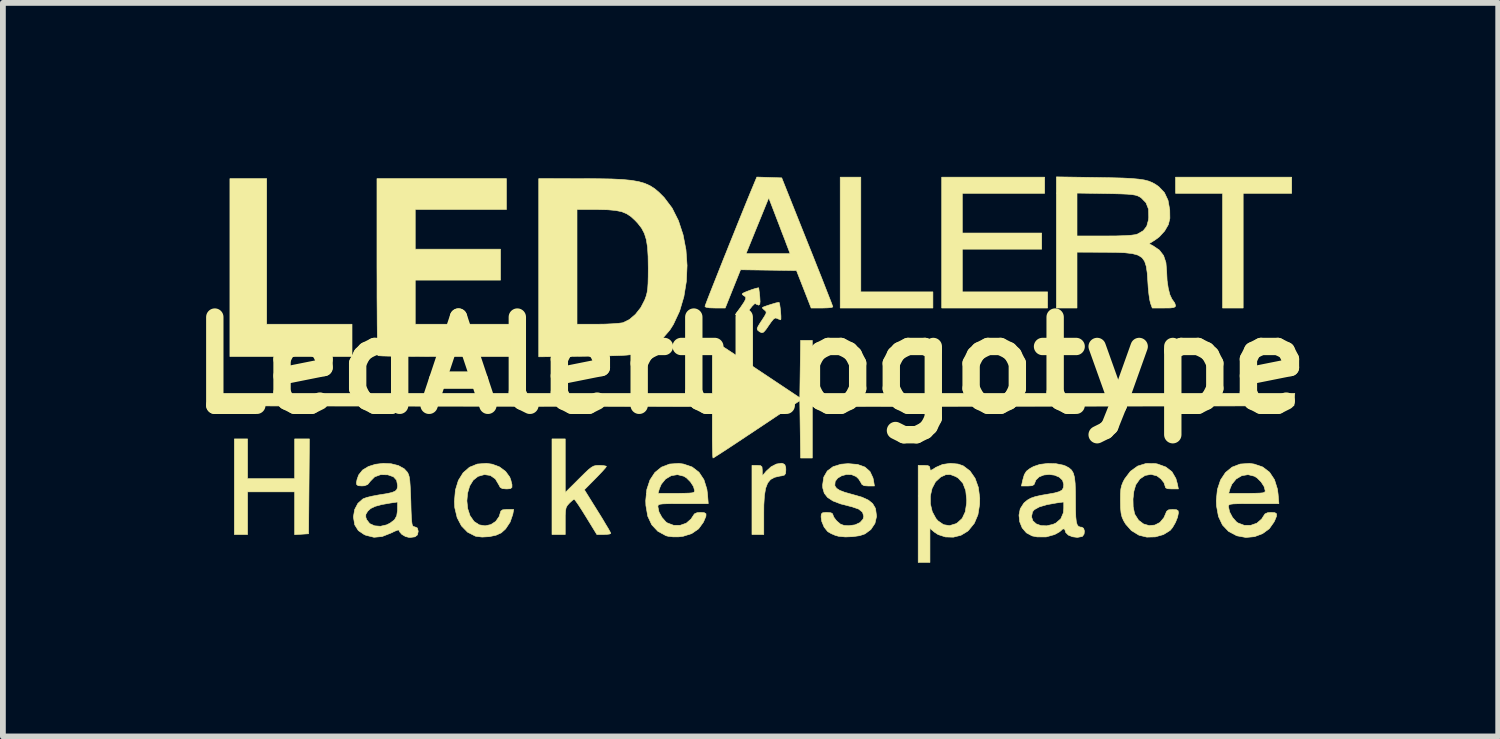
<source format=kicad_pcb>
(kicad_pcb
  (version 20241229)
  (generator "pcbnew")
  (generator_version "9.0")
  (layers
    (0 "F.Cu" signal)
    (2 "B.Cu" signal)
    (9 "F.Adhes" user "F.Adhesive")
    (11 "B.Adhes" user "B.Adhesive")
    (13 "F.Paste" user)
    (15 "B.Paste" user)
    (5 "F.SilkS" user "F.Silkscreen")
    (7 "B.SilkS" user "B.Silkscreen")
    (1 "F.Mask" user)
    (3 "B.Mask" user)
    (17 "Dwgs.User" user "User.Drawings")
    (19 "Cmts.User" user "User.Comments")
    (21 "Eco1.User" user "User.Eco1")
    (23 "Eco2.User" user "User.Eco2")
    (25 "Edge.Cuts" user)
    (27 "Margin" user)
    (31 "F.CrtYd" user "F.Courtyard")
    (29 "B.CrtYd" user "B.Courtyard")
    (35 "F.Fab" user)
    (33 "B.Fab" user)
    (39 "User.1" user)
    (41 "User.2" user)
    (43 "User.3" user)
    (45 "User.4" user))
  (footprint "LedAlertLogotype"
    (layer "F.Cu")
    (at 9.913 3.261)
    (property "Reference" "LedAlertLogotype" (at 0 0 0) (layer "F.SilkS") (effects (font (size 1.524 1.524) (thickness 0.3))))
    (attr through_hole)
    (fp_poly (pts (xy -8.357 -0.711) (xy -6.883 -0.711) (xy -6.883 -0.152) (xy -8.992 -0.152) (xy -8.992 -3.226) (xy -8.357 -3.226) (xy -8.357 -0.711)) (stroke (width 0.01) (type solid)) (fill yes) (layer "F.SilkS"))
    (fp_poly (pts (xy 1.905 -1.27) (xy 3.15 -1.27) (xy 3.15 -0.991) (xy 1.549 -0.991) (xy 1.549 -3.251) (xy 1.905 -3.251) (xy 1.905 -1.27)) (stroke (width 0.01) (type solid)) (fill yes) (layer "F.SilkS"))
    (fp_poly (pts (xy 9.347 -2.972) (xy 8.509 -2.972) (xy 8.509 -0.991) (xy 8.153 -0.991) (xy 8.153 -2.972) (xy 7.341 -2.972) (xy 7.341 -3.251) (xy 9.347 -3.251) (xy 9.347 -2.972)) (stroke (width 0.01) (type solid)) (fill yes) (layer "F.SilkS"))
    (fp_poly (pts (xy 5.08 -2.972) (xy 3.658 -2.972) (xy 3.658 -2.286) (xy 5.029 -2.286) (xy 5.029 -2.007) (xy 3.658 -2.007) (xy 3.658 -1.27) (xy 5.131 -1.27) (xy 5.131 -0.991) (xy 3.302 -0.991) (xy 3.302 -3.251) (xy 5.08 -3.251) (xy 5.08 -2.972)) (stroke (width 0.01) (type solid)) (fill yes) (layer "F.SilkS"))
    (fp_poly (pts (xy -8.687 1.956) (xy -7.874 1.956) (xy -7.874 1.27) (xy -7.619 1.27) (xy -7.626 2.089) (xy -7.633 2.908) (xy -7.753 2.916) (xy -7.874 2.924) (xy -7.874 2.184) (xy -8.687 2.184) (xy -8.687 2.921) (xy -8.915 2.921) (xy -8.915 1.27) (xy -8.687 1.27) (xy -8.687 1.956)) (stroke (width 0.01) (type solid)) (fill yes) (layer "F.SilkS"))
    (fp_poly (pts (xy 0.555 1.693) (xy 0.592 1.714) (xy 0.608 1.76) (xy 0.61 1.803) (xy 0.606 1.864) (xy 0.587 1.894) (xy 0.537 1.908) (xy 0.506 1.912) (xy 0.416 1.933) (xy 0.346 1.971) (xy 0.296 2.032) (xy 0.261 2.122) (xy 0.24 2.248) (xy 0.23 2.413) (xy 0.229 2.552) (xy 0.229 2.921) (xy 0.025 2.921) (xy 0.025 1.727) (xy 0.114 1.727) (xy 0.173 1.731) (xy 0.198 1.753) (xy 0.203 1.808) (xy 0.203 1.818) (xy 0.203 1.909) (xy 0.272 1.827) (xy 0.354 1.752) (xy 0.446 1.704) (xy 0.532 1.69) (xy 0.555 1.693)) (stroke (width 0.01) (type solid)) (fill yes) (layer "F.SilkS"))
    (fp_poly (pts (xy -4.216 -2.692) (xy -5.791 -2.692) (xy -5.791 -2.007) (xy -4.318 -2.007) (xy -4.318 -1.473) (xy -5.791 -1.473) (xy -5.791 -0.711) (xy -4.14 -0.711) (xy -4.14 -0.152) (xy -5.279 -0.152) (xy -5.515 -0.153) (xy -5.735 -0.154) (xy -5.934 -0.155) (xy -6.107 -0.158) (xy -6.249 -0.16) (xy -6.354 -0.163) (xy -6.417 -0.167) (xy -6.435 -0.169) (xy -6.438 -0.197) (xy -6.441 -0.271) (xy -6.443 -0.387) (xy -6.446 -0.541) (xy -6.448 -0.727) (xy -6.449 -0.942) (xy -6.451 -1.181) (xy -6.451 -1.439) (xy -6.452 -1.706) (xy -6.452 -3.226) (xy -4.216 -3.226) (xy -4.216 -2.692)) (stroke (width 0.01) (type solid)) (fill yes) (layer "F.SilkS"))
    (fp_poly (pts (xy 0.141 -1.34) (xy 0.145 -1.313) (xy 0.153 -1.251) (xy 0.16 -1.187) (xy 0.165 -1.102) (xy 0.16 -1.056) (xy 0.143 -1.042) (xy 0.139 -1.041) (xy 0.096 -1.058) (xy 0.088 -1.068) (xy 0.067 -1.062) (xy 0.027 -1.022) (xy -0.025 -0.956) (xy -0.031 -0.947) (xy -0.082 -0.874) (xy -0.121 -0.819) (xy -0.139 -0.793) (xy -0.139 -0.793) (xy -0.161 -0.802) (xy -0.203 -0.833) (xy -0.261 -0.88) (xy -0.168 -1.008) (xy -0.111 -1.093) (xy -0.083 -1.147) (xy -0.084 -1.181) (xy -0.11 -1.201) (xy -0.119 -1.205) (xy -0.144 -1.227) (xy -0.138 -1.242) (xy -0.105 -1.26) (xy -0.045 -1.284) (xy 0.025 -1.31) (xy 0.09 -1.33) (xy 0.133 -1.34) (xy 0.141 -1.34)) (stroke (width 0.01) (type solid)) (fill yes) (layer "F.SilkS"))
    (fp_poly (pts (xy 0.503 -1.058) (xy 0.512 -0.997) (xy 0.52 -0.923) (xy 0.525 -0.852) (xy 0.525 -0.802) (xy 0.521 -0.787) (xy 0.488 -0.798) (xy 0.459 -0.812) (xy 0.429 -0.819) (xy 0.398 -0.801) (xy 0.357 -0.751) (xy 0.32 -0.698) (xy 0.265 -0.618) (xy 0.227 -0.575) (xy 0.196 -0.564) (xy 0.162 -0.578) (xy 0.141 -0.593) (xy 0.119 -0.613) (xy 0.115 -0.638) (xy 0.133 -0.679) (xy 0.175 -0.747) (xy 0.193 -0.773) (xy 0.243 -0.851) (xy 0.268 -0.898) (xy 0.27 -0.926) (xy 0.253 -0.947) (xy 0.242 -0.955) (xy 0.209 -0.985) (xy 0.205 -1) (xy 0.236 -1.014) (xy 0.296 -1.035) (xy 0.368 -1.058) (xy 0.435 -1.078) (xy 0.482 -1.088) (xy 0.494 -1.088) (xy 0.503 -1.058)) (stroke (width 0.01) (type solid)) (fill yes) (layer "F.SilkS"))
    (fp_poly (pts (xy -3.2 2.196) (xy -2.965 1.962) (xy -2.868 1.866) (xy -2.799 1.801) (xy -2.747 1.76) (xy -2.706 1.738) (xy -2.665 1.729) (xy -2.616 1.727) (xy -2.609 1.727) (xy -2.539 1.731) (xy -2.496 1.74) (xy -2.489 1.746) (xy -2.506 1.77) (xy -2.552 1.822) (xy -2.619 1.893) (xy -2.68 1.956) (xy -2.87 2.148) (xy -2.642 2.514) (xy -2.566 2.636) (xy -2.502 2.744) (xy -2.451 2.828) (xy -2.421 2.884) (xy -2.413 2.901) (xy -2.436 2.913) (xy -2.494 2.92) (xy -2.534 2.921) (xy -2.654 2.921) (xy -2.841 2.616) (xy -2.909 2.507) (xy -2.969 2.414) (xy -3.015 2.348) (xy -3.042 2.314) (xy -3.045 2.311) (xy -3.073 2.328) (xy -3.119 2.37) (xy -3.132 2.383) (xy -3.165 2.42) (xy -3.185 2.458) (xy -3.195 2.51) (xy -3.2 2.589) (xy -3.2 2.687) (xy -3.2 2.921) (xy -3.429 2.921) (xy -3.429 1.27) (xy -3.2 1.27) (xy -3.2 2.196)) (stroke (width 0.01) (type solid)) (fill yes) (layer "F.SilkS"))
    (fp_poly (pts (xy 1.067 0.483) (xy 9.401 0.483) (xy 9.385 0.699) (xy 5.226 0.705) (xy 1.067 0.711) (xy 1.067 1.6) (xy 0.865 1.6) (xy 0.858 1.105) (xy 0.851 0.609) (xy 0.108 1.105) (xy -0.065 1.22) (xy -0.224 1.326) (xy -0.365 1.419) (xy -0.483 1.496) (xy -0.573 1.554) (xy -0.629 1.59) (xy -0.648 1.6) (xy -0.652 1.576) (xy -0.655 1.509) (xy -0.658 1.408) (xy -0.66 1.281) (xy -0.66 1.156) (xy -0.66 0.711) (xy -5.01 0.705) (xy -9.36 0.699) (xy -9.368 0.591) (xy -9.376 0.483) (xy -0.66 0.483) (xy -0.66 0.025) (xy -0.66 -0.121) (xy -0.658 -0.247) (xy -0.655 -0.347) (xy -0.651 -0.411) (xy -0.648 -0.432) (xy -0.624 -0.418) (xy -0.563 -0.38) (xy -0.47 -0.319) (xy -0.349 -0.24) (xy -0.206 -0.145) (xy -0.045 -0.038) (xy 0.108 0.064) (xy 0.851 0.559) (xy 0.858 0.064) (xy 0.865 -0.432) (xy 1.067 -0.432) (xy 1.067 0.483)) (stroke (width 0.01) (type solid)) (fill yes) (layer "F.SilkS"))
    (fp_poly (pts (xy -4.462 1.706) (xy -4.336 1.753) (xy -4.231 1.831) (xy -4.159 1.929) (xy -4.141 1.977) (xy -4.12 2.061) (xy -4.121 2.108) (xy -4.148 2.129) (xy -4.207 2.134) (xy -4.217 2.134) (xy -4.286 2.128) (xy -4.324 2.106) (xy -4.346 2.064) (xy -4.407 1.961) (xy -4.493 1.901) (xy -4.596 1.886) (xy -4.707 1.917) (xy -4.79 1.983) (xy -4.851 2.083) (xy -4.887 2.206) (xy -4.899 2.34) (xy -4.885 2.474) (xy -4.845 2.596) (xy -4.776 2.695) (xy -4.775 2.696) (xy -4.686 2.754) (xy -4.585 2.771) (xy -4.486 2.75) (xy -4.401 2.695) (xy -4.341 2.61) (xy -4.326 2.56) (xy -4.312 2.516) (xy -4.283 2.495) (xy -4.223 2.489) (xy -4.201 2.489) (xy -4.091 2.489) (xy -4.106 2.572) (xy -4.152 2.706) (xy -4.23 2.824) (xy -4.305 2.892) (xy -4.395 2.933) (xy -4.513 2.958) (xy -4.636 2.965) (xy -4.743 2.952) (xy -4.755 2.948) (xy -4.888 2.88) (xy -4.993 2.772) (xy -5.067 2.63) (xy -5.108 2.459) (xy -5.114 2.351) (xy -5.097 2.153) (xy -5.046 1.987) (xy -4.964 1.855) (xy -4.854 1.759) (xy -4.719 1.704) (xy -4.561 1.692) (xy -4.462 1.706)) (stroke (width 0.01) (type solid)) (fill yes) (layer "F.SilkS"))
    (fp_poly (pts (xy 3.585 1.704) (xy 3.674 1.735) (xy 3.79 1.823) (xy 3.878 1.949) (xy 3.935 2.107) (xy 3.959 2.291) (xy 3.957 2.398) (xy 3.928 2.579) (xy 3.866 2.726) (xy 3.767 2.848) (xy 3.749 2.865) (xy 3.635 2.934) (xy 3.503 2.967) (xy 3.366 2.963) (xy 3.24 2.922) (xy 3.176 2.88) (xy 3.099 2.815) (xy 3.099 3.404) (xy 2.896 3.404) (xy 2.896 2.255) (xy 3.106 2.255) (xy 3.107 2.393) (xy 3.139 2.527) (xy 3.203 2.645) (xy 3.238 2.685) (xy 3.334 2.751) (xy 3.437 2.768) (xy 3.546 2.735) (xy 3.571 2.721) (xy 3.656 2.643) (xy 3.709 2.53) (xy 3.732 2.379) (xy 3.734 2.324) (xy 3.717 2.162) (xy 3.668 2.035) (xy 3.587 1.946) (xy 3.542 1.919) (xy 3.45 1.885) (xy 3.372 1.888) (xy 3.287 1.927) (xy 3.284 1.929) (xy 3.195 2.011) (xy 3.136 2.124) (xy 3.106 2.255) (xy 2.896 2.255) (xy 2.896 1.727) (xy 2.997 1.727) (xy 3.064 1.731) (xy 3.093 1.749) (xy 3.099 1.778) (xy 3.102 1.807) (xy 3.118 1.811) (xy 3.158 1.79) (xy 3.202 1.761) (xy 3.317 1.711) (xy 3.452 1.692) (xy 3.585 1.704)) (stroke (width 0.01) (type solid)) (fill yes) (layer "F.SilkS"))
    (fp_poly (pts (xy 0.324 -3.246) (xy 0.539 -3.239) (xy 0.98 -2.134) (xy 1.07 -1.91) (xy 1.153 -1.7) (xy 1.229 -1.51) (xy 1.294 -1.343) (xy 1.348 -1.205) (xy 1.389 -1.101) (xy 1.414 -1.034) (xy 1.422 -1.01) (xy 1.399 -1.001) (xy 1.338 -0.994) (xy 1.25 -0.991) (xy 1.235 -0.991) (xy 1.047 -0.991) (xy 0.921 -1.314) (xy 0.794 -1.638) (xy 0.311 -1.645) (xy -0.172 -1.652) (xy -0.305 -1.321) (xy -0.437 -0.991) (xy -0.612 -0.991) (xy -0.709 -0.994) (xy -0.77 -1.005) (xy -0.787 -1.018) (xy -0.778 -1.045) (xy -0.752 -1.114) (xy -0.712 -1.218) (xy -0.659 -1.352) (xy -0.596 -1.511) (xy -0.526 -1.688) (xy -0.45 -1.879) (xy -0.429 -1.93) (xy -0.077 -1.93) (xy 0.684 -1.93) (xy 0.623 -2.089) (xy 0.591 -2.175) (xy 0.545 -2.293) (xy 0.494 -2.428) (xy 0.441 -2.565) (xy 0.439 -2.571) (xy 0.315 -2.894) (xy 0.153 -2.495) (xy 0.096 -2.356) (xy 0.044 -2.228) (xy 0.000411 -2.12) (xy -0.031 -2.043) (xy -0.043 -2.013) (xy -0.077 -1.93) (xy -0.429 -1.93) (xy -0.371 -2.076) (xy -0.29 -2.276) (xy -0.212 -2.471) (xy -0.137 -2.656) (xy -0.068 -2.826) (xy -0.007 -2.975) (xy 0.044 -3.097) (xy 0.053 -3.119) (xy 0.109 -3.253) (xy 0.324 -3.246)) (stroke (width 0.01) (type solid)) (fill yes) (layer "F.SilkS"))
    (fp_poly (pts (xy 6.992 1.696) (xy 7.029 1.703) (xy 7.173 1.755) (xy 7.279 1.837) (xy 7.347 1.954) (xy 7.374 2.051) (xy 7.39 2.134) (xy 7.276 2.134) (xy 7.204 2.13) (xy 7.17 2.114) (xy 7.162 2.089) (xy 7.141 2.026) (xy 7.088 1.96) (xy 7.019 1.908) (xy 7.018 1.908) (xy 6.917 1.882) (xy 6.815 1.901) (xy 6.725 1.961) (xy 6.657 2.058) (xy 6.653 2.065) (xy 6.621 2.175) (xy 6.606 2.308) (xy 6.609 2.442) (xy 6.632 2.556) (xy 6.639 2.575) (xy 6.703 2.675) (xy 6.788 2.739) (xy 6.885 2.767) (xy 6.983 2.758) (xy 7.071 2.713) (xy 7.139 2.632) (xy 7.163 2.578) (xy 7.187 2.52) (xy 7.221 2.495) (xy 7.284 2.489) (xy 7.292 2.489) (xy 7.357 2.493) (xy 7.385 2.51) (xy 7.391 2.546) (xy 7.376 2.622) (xy 7.339 2.714) (xy 7.29 2.799) (xy 7.248 2.85) (xy 7.132 2.922) (xy 6.992 2.962) (xy 6.845 2.966) (xy 6.709 2.933) (xy 6.706 2.931) (xy 6.579 2.854) (xy 6.48 2.742) (xy 6.443 2.68) (xy 6.416 2.618) (xy 6.4 2.55) (xy 6.391 2.459) (xy 6.389 2.337) (xy 6.39 2.219) (xy 6.396 2.136) (xy 6.411 2.072) (xy 6.436 2.01) (xy 6.463 1.96) (xy 6.562 1.829) (xy 6.687 1.739) (xy 6.832 1.694) (xy 6.992 1.696)) (stroke (width 0.01) (type solid)) (fill yes) (layer "F.SilkS"))
    (fp_poly (pts (xy 8.698 1.704) (xy 8.847 1.755) (xy 8.965 1.846) (xy 9.05 1.974) (xy 9.101 2.137) (xy 9.112 2.223) (xy 9.126 2.388) (xy 8.69 2.388) (xy 8.532 2.388) (xy 8.418 2.389) (xy 8.341 2.392) (xy 8.292 2.398) (xy 8.267 2.408) (xy 8.257 2.422) (xy 8.255 2.441) (xy 8.255 2.441) (xy 8.275 2.532) (xy 8.325 2.626) (xy 8.393 2.703) (xy 8.418 2.721) (xy 8.527 2.762) (xy 8.641 2.762) (xy 8.746 2.725) (xy 8.829 2.653) (xy 8.852 2.616) (xy 8.886 2.565) (xy 8.932 2.544) (xy 8.992 2.54) (xy 9.057 2.544) (xy 9.086 2.564) (xy 9.084 2.607) (xy 9.053 2.683) (xy 9.042 2.705) (xy 8.96 2.821) (xy 8.844 2.906) (xy 8.706 2.958) (xy 8.556 2.972) (xy 8.404 2.944) (xy 8.395 2.941) (xy 8.256 2.867) (xy 8.151 2.756) (xy 8.082 2.609) (xy 8.049 2.427) (xy 8.045 2.337) (xy 8.057 2.21) (xy 8.259 2.21) (xy 8.574 2.21) (xy 8.706 2.209) (xy 8.796 2.206) (xy 8.851 2.201) (xy 8.879 2.19) (xy 8.889 2.175) (xy 8.89 2.165) (xy 8.87 2.092) (xy 8.818 2.012) (xy 8.749 1.943) (xy 8.702 1.914) (xy 8.593 1.887) (xy 8.485 1.905) (xy 8.388 1.962) (xy 8.314 2.052) (xy 8.282 2.129) (xy 8.259 2.21) (xy 8.057 2.21) (xy 8.064 2.143) (xy 8.118 1.98) (xy 8.204 1.85) (xy 8.318 1.757) (xy 8.457 1.704) (xy 8.618 1.693) (xy 8.698 1.704)) (stroke (width 0.01) (type solid)) (fill yes) (layer "F.SilkS"))
    (fp_poly (pts (xy -2.902 -3.225) (xy -2.629 -3.224) (xy -2.402 -3.22) (xy -2.214 -3.211) (xy -2.058 -3.196) (xy -1.931 -3.174) (xy -1.825 -3.143) (xy -1.734 -3.102) (xy -1.654 -3.051) (xy -1.578 -2.986) (xy -1.5 -2.908) (xy -1.493 -2.901) (xy -1.354 -2.717) (xy -1.245 -2.5) (xy -1.165 -2.256) (xy -1.115 -1.996) (xy -1.096 -1.725) (xy -1.108 -1.453) (xy -1.151 -1.188) (xy -1.225 -0.937) (xy -1.332 -0.708) (xy -1.394 -0.61) (xy -1.541 -0.44) (xy -1.719 -0.308) (xy -1.905 -0.223) (xy -1.955 -0.208) (xy -2.006 -0.195) (xy -2.063 -0.186) (xy -2.134 -0.178) (xy -2.225 -0.172) (xy -2.342 -0.168) (xy -2.492 -0.164) (xy -2.681 -0.161) (xy -2.864 -0.158) (xy -3.658 -0.148) (xy -3.658 -2.692) (xy -2.997 -2.692) (xy -2.997 -0.711) (xy -2.648 -0.711) (xy -2.511 -0.713) (xy -2.383 -0.719) (xy -2.279 -0.727) (xy -2.21 -0.736) (xy -2.202 -0.738) (xy -2.094 -0.791) (xy -1.988 -0.881) (xy -1.895 -0.999) (xy -1.827 -1.13) (xy -1.803 -1.195) (xy -1.787 -1.256) (xy -1.776 -1.326) (xy -1.77 -1.415) (xy -1.767 -1.534) (xy -1.766 -1.676) (xy -1.769 -1.881) (xy -1.779 -2.043) (xy -1.8 -2.173) (xy -1.833 -2.279) (xy -1.881 -2.37) (xy -1.947 -2.455) (xy -1.994 -2.505) (xy -2.067 -2.572) (xy -2.142 -2.621) (xy -2.226 -2.655) (xy -2.33 -2.676) (xy -2.464 -2.688) (xy -2.635 -2.692) (xy -2.694 -2.692) (xy -2.997 -2.692) (xy -3.658 -2.692) (xy -3.658 -3.226) (xy -2.902 -3.225)) (stroke (width 0.01) (type solid)) (fill yes) (layer "F.SilkS"))
    (fp_poly (pts (xy -1.157 1.704) (xy -1.008 1.755) (xy -0.89 1.846) (xy -0.805 1.974) (xy -0.754 2.137) (xy -0.743 2.223) (xy -0.73 2.388) (xy -1.165 2.388) (xy -1.323 2.388) (xy -1.437 2.389) (xy -1.515 2.392) (xy -1.563 2.398) (xy -1.588 2.408) (xy -1.598 2.422) (xy -1.6 2.441) (xy -1.6 2.441) (xy -1.581 2.532) (xy -1.53 2.626) (xy -1.462 2.703) (xy -1.437 2.721) (xy -1.328 2.762) (xy -1.214 2.762) (xy -1.109 2.725) (xy -1.027 2.653) (xy -1.003 2.616) (xy -0.969 2.565) (xy -0.923 2.544) (xy -0.863 2.54) (xy -0.799 2.544) (xy -0.769 2.563) (xy -0.77 2.605) (xy -0.801 2.679) (xy -0.815 2.71) (xy -0.897 2.823) (xy -1.016 2.905) (xy -1.165 2.952) (xy -1.238 2.961) (xy -1.334 2.962) (xy -1.421 2.952) (xy -1.46 2.942) (xy -1.601 2.865) (xy -1.706 2.753) (xy -1.775 2.605) (xy -1.807 2.421) (xy -1.81 2.337) (xy -1.798 2.21) (xy -1.597 2.21) (xy -1.281 2.21) (xy -1.149 2.209) (xy -1.06 2.206) (xy -1.005 2.201) (xy -0.976 2.19) (xy -0.966 2.175) (xy -0.965 2.165) (xy -0.985 2.092) (xy -1.037 2.012) (xy -1.106 1.943) (xy -1.153 1.914) (xy -1.262 1.887) (xy -1.37 1.905) (xy -1.467 1.962) (xy -1.541 2.052) (xy -1.574 2.129) (xy -1.597 2.21) (xy -1.798 2.21) (xy -1.791 2.143) (xy -1.737 1.98) (xy -1.652 1.85) (xy -1.537 1.757) (xy -1.398 1.704) (xy -1.237 1.693) (xy -1.157 1.704)) (stroke (width 0.01) (type solid)) (fill yes) (layer "F.SilkS"))
    (fp_poly (pts (xy 1.85 1.711) (xy 1.976 1.756) (xy 2.063 1.833) (xy 2.115 1.943) (xy 2.125 1.991) (xy 2.14 2.083) (xy 2.035 2.083) (xy 1.963 2.078) (xy 1.925 2.057) (xy 1.906 2.022) (xy 1.867 1.96) (xy 1.825 1.92) (xy 1.746 1.887) (xy 1.659 1.884) (xy 1.575 1.906) (xy 1.506 1.947) (xy 1.462 2.004) (xy 1.456 2.07) (xy 1.46 2.086) (xy 1.487 2.124) (xy 1.539 2.158) (xy 1.625 2.191) (xy 1.752 2.227) (xy 1.778 2.234) (xy 1.929 2.278) (xy 2.037 2.328) (xy 2.109 2.387) (xy 2.153 2.461) (xy 2.16 2.479) (xy 2.177 2.607) (xy 2.149 2.729) (xy 2.078 2.835) (xy 1.977 2.91) (xy 1.886 2.941) (xy 1.766 2.958) (xy 1.638 2.963) (xy 1.523 2.952) (xy 1.467 2.937) (xy 1.394 2.906) (xy 1.339 2.874) (xy 1.332 2.869) (xy 1.271 2.793) (xy 1.23 2.694) (xy 1.219 2.617) (xy 1.223 2.568) (xy 1.245 2.546) (xy 1.298 2.54) (xy 1.321 2.54) (xy 1.39 2.546) (xy 1.42 2.566) (xy 1.422 2.58) (xy 1.439 2.622) (xy 1.481 2.678) (xy 1.497 2.694) (xy 1.554 2.742) (xy 1.615 2.764) (xy 1.696 2.769) (xy 1.806 2.754) (xy 1.892 2.714) (xy 1.944 2.655) (xy 1.956 2.606) (xy 1.934 2.535) (xy 1.866 2.481) (xy 1.752 2.442) (xy 1.739 2.439) (xy 1.559 2.393) (xy 1.425 2.342) (xy 1.331 2.281) (xy 1.274 2.208) (xy 1.248 2.119) (xy 1.245 2.067) (xy 1.265 1.93) (xy 1.326 1.824) (xy 1.426 1.749) (xy 1.563 1.707) (xy 1.686 1.697) (xy 1.85 1.711)) (stroke (width 0.01) (type solid)) (fill yes) (layer "F.SilkS"))
    (fp_poly (pts (xy 6.001 -3.245) (xy 6.237 -3.241) (xy 6.428 -3.236) (xy 6.582 -3.228) (xy 6.703 -3.217) (xy 6.799 -3.203) (xy 6.876 -3.183) (xy 6.94 -3.157) (xy 6.997 -3.125) (xy 7.053 -3.085) (xy 7.149 -2.984) (xy 7.211 -2.852) (xy 7.241 -2.685) (xy 7.243 -2.539) (xy 7.217 -2.432) (xy 7.153 -2.322) (xy 7.062 -2.222) (xy 6.994 -2.171) (xy 6.883 -2.101) (xy 6.953 -2.065) (xy 7.062 -1.991) (xy 7.134 -1.897) (xy 7.175 -1.775) (xy 7.188 -1.615) (xy 7.188 -1.613) (xy 7.195 -1.467) (xy 7.215 -1.332) (xy 7.243 -1.221) (xy 7.279 -1.144) (xy 7.289 -1.131) (xy 7.327 -1.077) (xy 7.341 -1.033) (xy 7.334 -1.012) (xy 7.306 -0.999) (xy 7.249 -0.992) (xy 7.152 -0.991) (xy 7.14 -0.991) (xy 6.939 -0.991) (xy 6.909 -1.073) (xy 6.895 -1.132) (xy 6.881 -1.227) (xy 6.869 -1.345) (xy 6.862 -1.452) (xy 6.852 -1.597) (xy 6.835 -1.711) (xy 6.807 -1.798) (xy 6.762 -1.861) (xy 6.693 -1.904) (xy 6.595 -1.931) (xy 6.463 -1.946) (xy 6.291 -1.953) (xy 6.102 -1.954) (xy 5.639 -1.956) (xy 5.639 -0.991) (xy 5.283 -0.991) (xy 5.283 -2.235) (xy 5.639 -2.235) (xy 6.122 -2.235) (xy 6.316 -2.236) (xy 6.465 -2.241) (xy 6.574 -2.248) (xy 6.648 -2.258) (xy 6.687 -2.27) (xy 6.783 -2.326) (xy 6.843 -2.402) (xy 6.873 -2.511) (xy 6.878 -2.557) (xy 6.874 -2.699) (xy 6.831 -2.809) (xy 6.748 -2.894) (xy 6.723 -2.91) (xy 6.69 -2.927) (xy 6.649 -2.94) (xy 6.592 -2.95) (xy 6.513 -2.957) (xy 6.403 -2.962) (xy 6.255 -2.966) (xy 6.14 -2.968) (xy 5.639 -2.976) (xy 5.639 -2.235) (xy 5.283 -2.235) (xy 5.283 -3.256) (xy 6.001 -3.245)) (stroke (width 0.01) (type solid)) (fill yes) (layer "F.SilkS"))
    (fp_poly (pts (xy 5.276 1.698) (xy 5.401 1.723) (xy 5.446 1.74) (xy 5.503 1.772) (xy 5.546 1.81) (xy 5.576 1.862) (xy 5.596 1.936) (xy 5.607 2.038) (xy 5.612 2.178) (xy 5.613 2.33) (xy 5.614 2.495) (xy 5.618 2.616) (xy 5.627 2.7) (xy 5.642 2.752) (xy 5.664 2.781) (xy 5.696 2.793) (xy 5.72 2.794) (xy 5.753 2.814) (xy 5.767 2.861) (xy 5.761 2.914) (xy 5.734 2.952) (xy 5.726 2.956) (xy 5.645 2.971) (xy 5.561 2.96) (xy 5.489 2.931) (xy 5.444 2.886) (xy 5.436 2.856) (xy 5.42 2.823) (xy 5.388 2.828) (xy 5.37 2.847) (xy 5.338 2.874) (xy 5.277 2.909) (xy 5.248 2.923) (xy 5.105 2.963) (xy 4.948 2.962) (xy 4.863 2.945) (xy 4.765 2.892) (xy 4.692 2.807) (xy 4.649 2.7) (xy 4.64 2.614) (xy 4.853 2.614) (xy 4.877 2.685) (xy 4.934 2.737) (xy 5.016 2.767) (xy 5.115 2.771) (xy 5.224 2.746) (xy 5.276 2.722) (xy 5.359 2.65) (xy 5.403 2.547) (xy 5.41 2.469) (xy 5.41 2.359) (xy 5.29 2.375) (xy 5.116 2.406) (xy 4.986 2.445) (xy 4.902 2.492) (xy 4.871 2.529) (xy 4.853 2.614) (xy 4.64 2.614) (xy 4.637 2.586) (xy 4.659 2.476) (xy 4.719 2.382) (xy 4.73 2.37) (xy 4.785 2.325) (xy 4.844 2.292) (xy 4.918 2.267) (xy 5.02 2.244) (xy 5.131 2.225) (xy 5.253 2.203) (xy 5.334 2.18) (xy 5.382 2.152) (xy 5.404 2.112) (xy 5.41 2.057) (xy 5.41 2.055) (xy 5.389 1.983) (xy 5.332 1.93) (xy 5.251 1.896) (xy 5.159 1.884) (xy 5.067 1.893) (xy 4.986 1.925) (xy 4.929 1.98) (xy 4.913 2.02) (xy 4.896 2.06) (xy 4.861 2.078) (xy 4.793 2.083) (xy 4.788 2.083) (xy 4.679 2.083) (xy 4.703 1.976) (xy 4.729 1.887) (xy 4.765 1.828) (xy 4.828 1.78) (xy 4.888 1.747) (xy 4.998 1.71) (xy 5.134 1.694) (xy 5.276 1.698)) (stroke (width 0.01) (type solid)) (fill yes) (layer "F.SilkS"))
    (fp_poly (pts (xy -6.207 1.699) (xy -6.082 1.73) (xy -5.981 1.786) (xy -5.927 1.845) (xy -5.909 1.879) (xy -5.895 1.925) (xy -5.885 1.992) (xy -5.878 2.088) (xy -5.872 2.22) (xy -5.867 2.348) (xy -5.863 2.506) (xy -5.858 2.62) (xy -5.852 2.697) (xy -5.845 2.746) (xy -5.834 2.773) (xy -5.819 2.785) (xy -5.798 2.789) (xy -5.798 2.789) (xy -5.754 2.809) (xy -5.741 2.859) (xy -5.74 2.869) (xy -5.753 2.928) (xy -5.796 2.961) (xy -5.878 2.972) (xy -5.895 2.972) (xy -5.959 2.956) (xy -6.022 2.919) (xy -6.063 2.872) (xy -6.071 2.846) (xy -6.091 2.844) (xy -6.144 2.864) (xy -6.213 2.897) (xy -6.363 2.956) (xy -6.503 2.969) (xy -6.644 2.934) (xy -6.672 2.922) (xy -6.774 2.853) (xy -6.836 2.754) (xy -6.858 2.623) (xy -6.858 2.622) (xy -6.645 2.622) (xy -6.63 2.665) (xy -6.577 2.733) (xy -6.493 2.771) (xy -6.392 2.779) (xy -6.284 2.754) (xy -6.223 2.723) (xy -6.149 2.666) (xy -6.111 2.599) (xy -6.097 2.504) (xy -6.097 2.481) (xy -6.096 2.359) (xy -6.217 2.377) (xy -6.372 2.404) (xy -6.484 2.435) (xy -6.561 2.472) (xy -6.611 2.518) (xy -6.612 2.519) (xy -6.645 2.574) (xy -6.645 2.622) (xy -6.858 2.622) (xy -6.858 2.611) (xy -6.837 2.489) (xy -6.781 2.383) (xy -6.697 2.308) (xy -6.688 2.303) (xy -6.628 2.281) (xy -6.537 2.259) (xy -6.431 2.239) (xy -6.413 2.236) (xy -6.281 2.215) (xy -6.192 2.195) (xy -6.137 2.172) (xy -6.108 2.142) (xy -6.097 2.101) (xy -6.096 2.072) (xy -6.113 1.983) (xy -6.167 1.924) (xy -6.264 1.89) (xy -6.264 1.89) (xy -6.388 1.887) (xy -6.492 1.925) (xy -6.566 2) (xy -6.612 2.057) (xy -6.667 2.079) (xy -6.712 2.082) (xy -6.775 2.078) (xy -6.802 2.059) (xy -6.807 2.029) (xy -6.796 1.971) (xy -6.77 1.898) (xy -6.767 1.891) (xy -6.701 1.808) (xy -6.601 1.747) (xy -6.478 1.708) (xy -6.342 1.692) (xy -6.207 1.699)) (stroke (width 0.01) (type solid)) (fill yes) (layer "F.SilkS")))
  (gr_rect
    (start -3 -3)
    (end 22.827 9.669)
    (stroke (width 0.1) (type default))
    (fill no)
    (layer "Edge.Cuts")))
</source>
